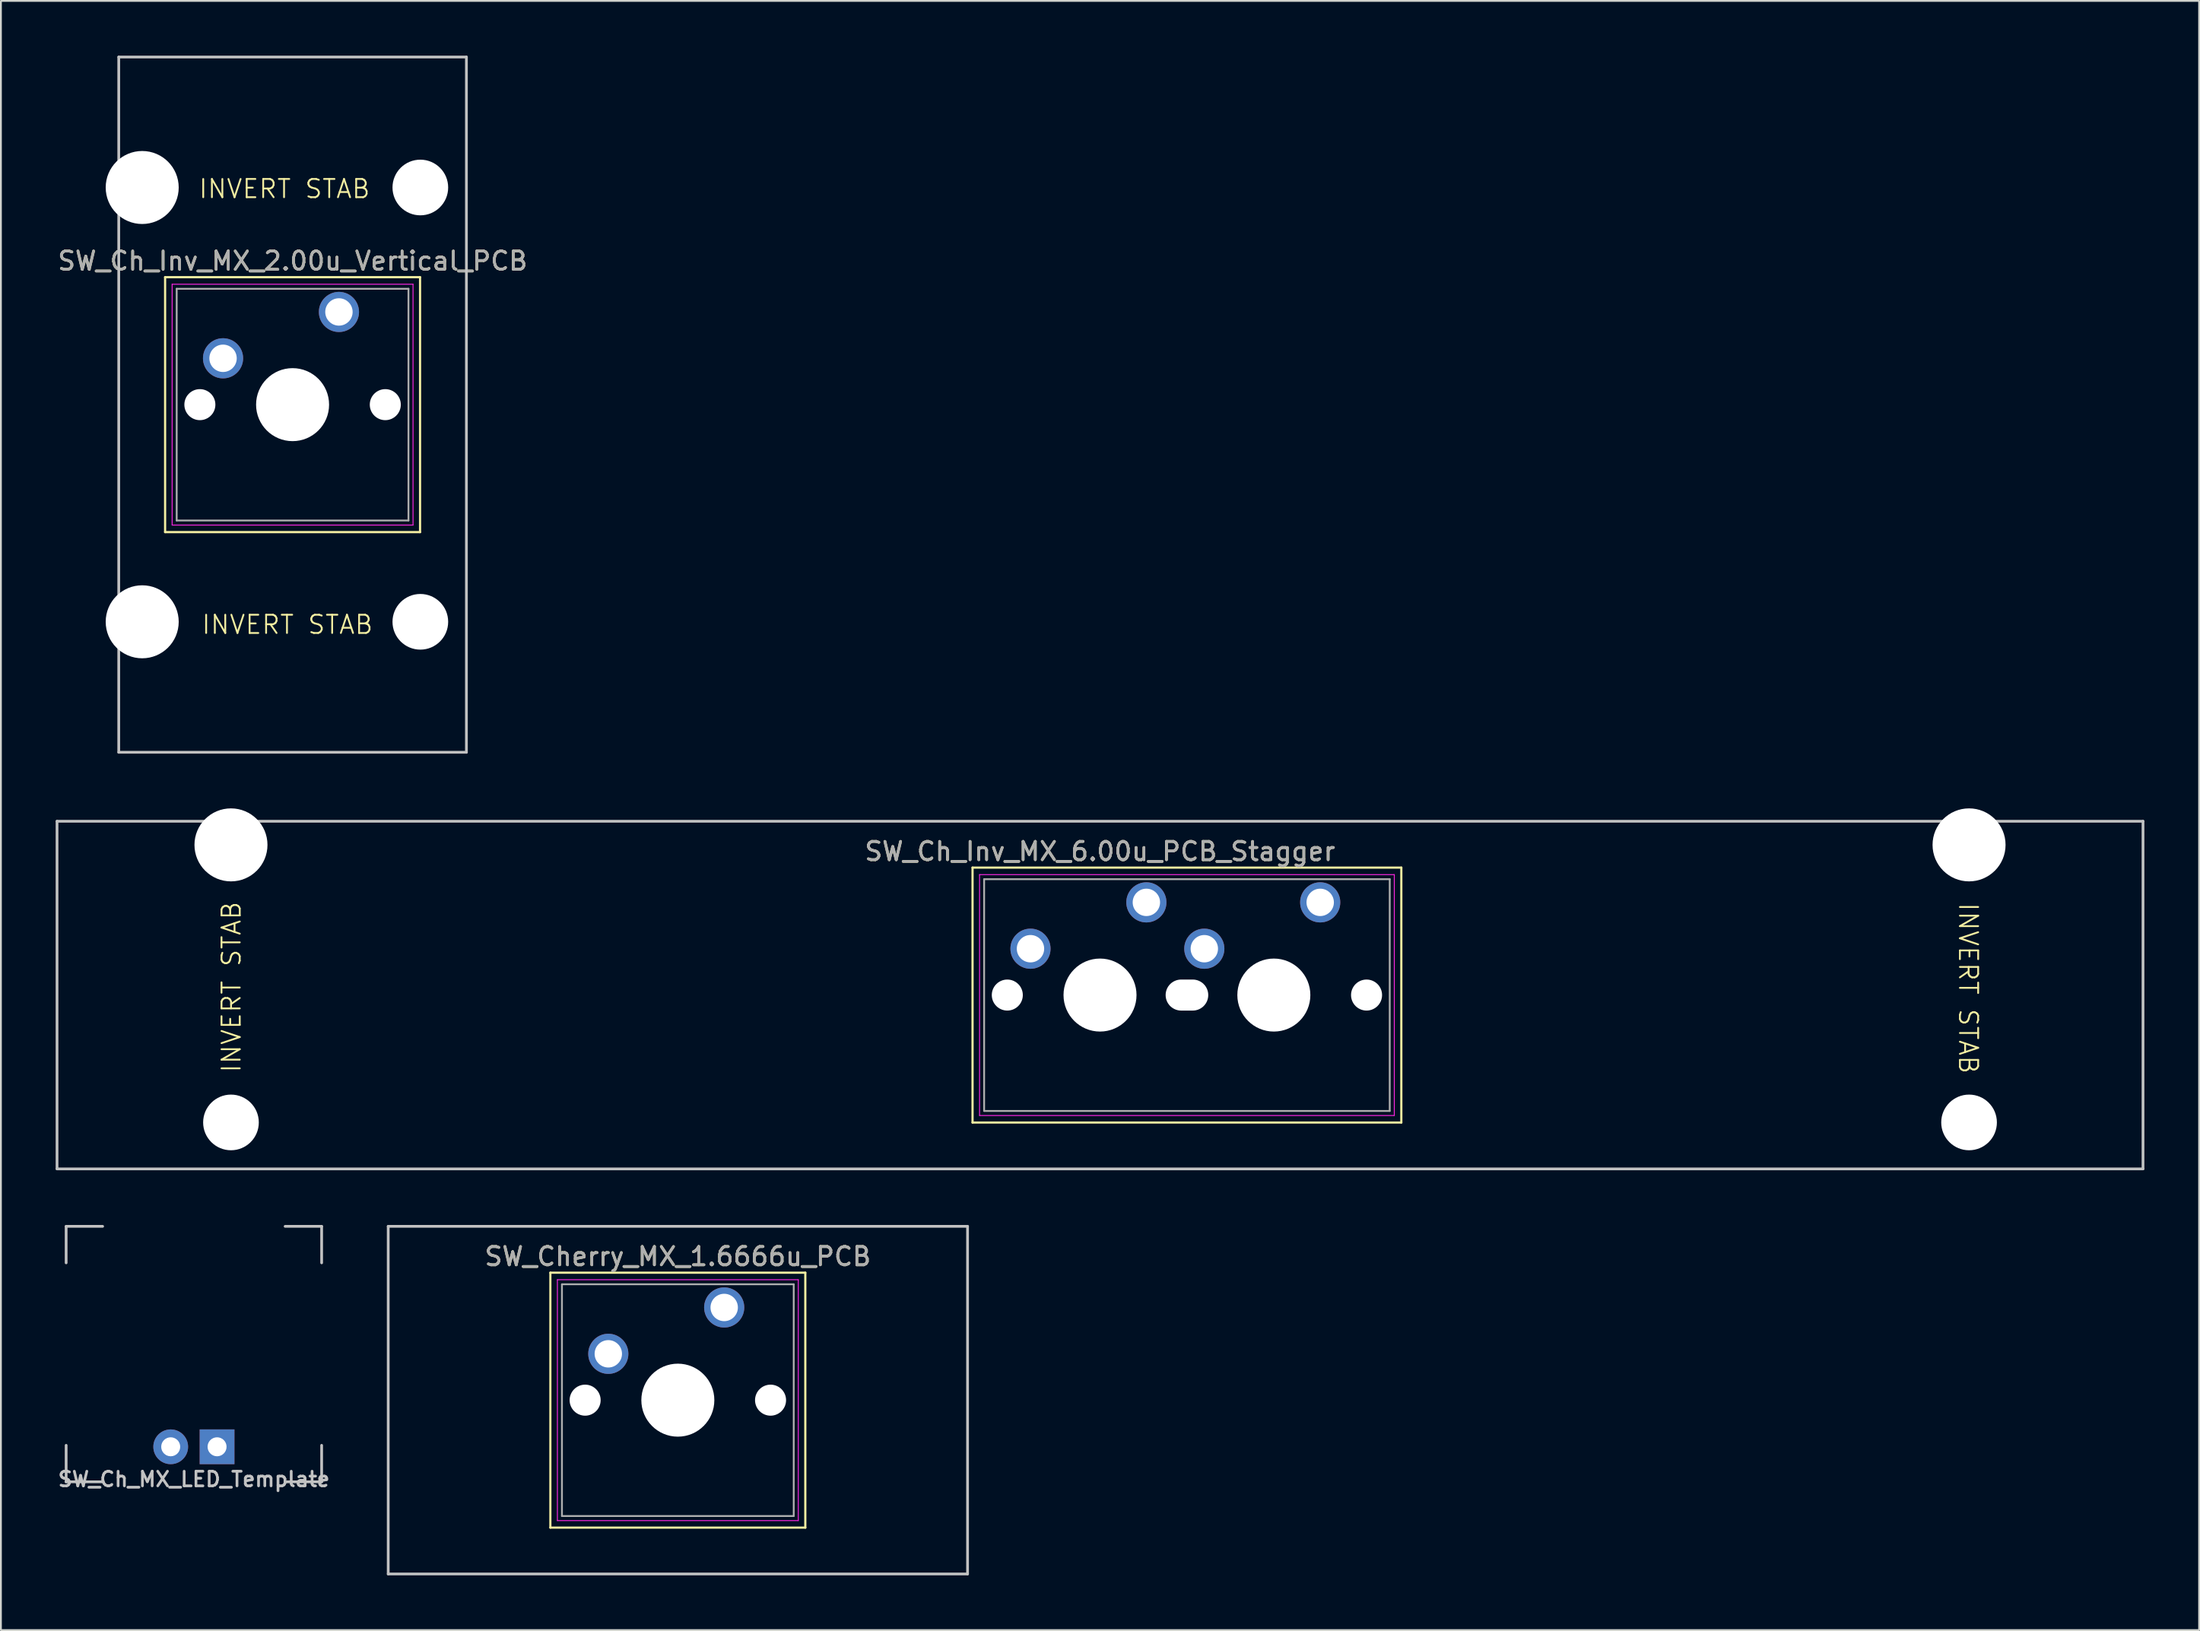
<source format=kicad_pcb>
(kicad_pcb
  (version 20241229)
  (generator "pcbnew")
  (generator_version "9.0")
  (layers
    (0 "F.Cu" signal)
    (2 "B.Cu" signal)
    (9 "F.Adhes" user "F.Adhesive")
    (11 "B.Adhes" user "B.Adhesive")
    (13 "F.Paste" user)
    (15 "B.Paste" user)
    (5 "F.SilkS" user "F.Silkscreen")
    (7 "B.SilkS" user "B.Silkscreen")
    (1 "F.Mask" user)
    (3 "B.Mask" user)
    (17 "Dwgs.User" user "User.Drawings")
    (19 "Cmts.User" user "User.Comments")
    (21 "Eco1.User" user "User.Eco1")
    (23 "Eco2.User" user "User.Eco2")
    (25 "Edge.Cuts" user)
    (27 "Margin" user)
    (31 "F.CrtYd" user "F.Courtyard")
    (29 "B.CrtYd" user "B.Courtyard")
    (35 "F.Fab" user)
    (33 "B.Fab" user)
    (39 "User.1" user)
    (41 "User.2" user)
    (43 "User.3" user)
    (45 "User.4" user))
  (footprint "SW_Ch_Inv_MX_6.00u_PCB_Stagger"
    (layer "F.Cu")
    (at 59.765 46.4)
    (property "Reference" "SW_Ch_Inv_MX_6.00u_PCB_Stagger" (at -2.54 -2.794 0) (layer "F.SilkS") (effects (font (size 1 1) (thickness 0.15))))
    (attr through_hole)
    (fp_line (start -9.525 -1.905) (end 13.97 -1.905) (stroke (width 0.12) (type solid)) (layer "F.SilkS"))
    (fp_line (start -9.525 12.065) (end -9.525 -1.905) (stroke (width 0.12) (type solid)) (layer "F.SilkS"))
    (fp_line (start 13.97 -1.905) (end 13.97 12.065) (stroke (width 0.12) (type solid)) (layer "F.SilkS"))
    (fp_line (start 13.97 12.065) (end -9.525 12.065) (stroke (width 0.12) (type solid)) (layer "F.SilkS"))
    (fp_line (start -59.69 -4.445) (end 54.61 -4.445) (stroke (width 0.15) (type solid)) (layer "Dwgs.User"))
    (fp_line (start -59.69 14.605) (end -59.69 -4.445) (stroke (width 0.15) (type solid)) (layer "Dwgs.User"))
    (fp_line (start 54.61 -4.445) (end 54.61 14.605) (stroke (width 0.15) (type solid)) (layer "Dwgs.User"))
    (fp_line (start 54.61 14.605) (end -59.69 14.605) (stroke (width 0.15) (type solid)) (layer "Dwgs.User"))
    (fp_line (start -9.14 -1.52) (end 13.585 -1.52) (stroke (width 0.05) (type solid)) (layer "F.CrtYd"))
    (fp_line (start -9.14 11.68) (end -9.14 -1.52) (stroke (width 0.05) (type solid)) (layer "F.CrtYd"))
    (fp_line (start 13.585 -1.52) (end 13.585 11.68) (stroke (width 0.05) (type solid)) (layer "F.CrtYd"))
    (fp_line (start 13.585 11.68) (end -9.14 11.68) (stroke (width 0.05) (type solid)) (layer "F.CrtYd"))
    (fp_line (start -8.89 -1.27) (end 13.335 -1.27) (stroke (width 0.1) (type solid)) (layer "F.Fab"))
    (fp_line (start -8.89 11.43) (end -8.89 -1.27) (stroke (width 0.1) (type solid)) (layer "F.Fab"))
    (fp_line (start 13.335 -1.27) (end 13.335 11.43) (stroke (width 0.1) (type solid)) (layer "F.Fab"))
    (fp_line (start 13.335 11.43) (end -8.89 11.43) (stroke (width 0.1) (type solid)) (layer "F.Fab"))
    (fp_text user "INVERT STAB" (at -49.55 9.4 90) (unlocked yes) (layer "F.SilkS") (effects (font (size 1 1) (thickness 0.1)) (justify left bottom)))
    (fp_text user "INVERT STAB" (at 44.45 -0.05 270) (unlocked yes) (layer "F.SilkS") (effects (font (size 1 1) (thickness 0.1)) (justify left bottom)))
    (fp_text user "${REFERENCE}" (at -2.54 -2.794 0) (layer "F.Fab") (effects (font (size 1 1) (thickness 0.15))))
    (pad "" np_thru_hole circle (at -50.159 -3.15) (size 4 4) (drill 4) (layers "*.Cu" "*.Mask"))
    (pad "" np_thru_hole circle (at -50.159 12.06) (size 3.05 3.05) (drill 3.05) (layers "*.Cu" "*.Mask"))
    (pad "" np_thru_hole circle (at -7.62 5.08) (size 1.7 1.7) (drill 1.7) (layers "*.Cu" "*.Mask"))
    (pad "" np_thru_hole circle (at -2.54 5.08) (size 4 4) (drill 4) (layers "*.Cu" "*.Mask"))
    (pad "" np_thru_hole oval (at 2.223 5.08) (size 2.335 1.7) (drill oval 2.335 1.7) (layers "*.Cu" "*.Mask"))
    (pad "" np_thru_hole circle (at 6.985 5.08) (size 4 4) (drill 4) (layers "*.Cu" "*.Mask"))
    (pad "" np_thru_hole circle (at 12.065 5.08) (size 1.7 1.7) (drill 1.7) (layers "*.Cu" "*.Mask"))
    (pad "" np_thru_hole circle (at 45.079 -3.15) (size 4 4) (drill 4) (layers "*.Cu" "*.Mask"))
    (pad "" np_thru_hole circle (at 45.079 12.06) (size 3.05 3.05) (drill 3.05) (layers "*.Cu" "*.Mask"))
    (pad "1" thru_hole circle (at 0 0) (size 2.2 2.2) (drill 1.5) (layers "*.Cu" "*.Mask"))
    (pad "1" thru_hole circle (at 9.525 0) (size 2.2 2.2) (drill 1.5) (layers "*.Cu" "*.Mask"))
    (pad "2" thru_hole circle (at -6.35 2.54) (size 2.2 2.2) (drill 1.5) (layers "*.Cu" "*.Mask"))
    (pad "2" thru_hole circle (at 3.175 2.54) (size 2.2 2.2) (drill 1.5) (layers "*.Cu" "*.Mask")))
  (footprint "SW_Ch_MX_LED_Template"
    (layer "F.Cu")
    (at 10.114 66.075)
    (property "Reference" "SW_Ch_MX_LED_Template" (at -2.54 11.938 0) (layer "Dwgs.User") (effects (font (size 0.8 0.8) (thickness 0.15))))
    (attr through_hole)
    (fp_line (start -9.54 -1.92) (end -9.54 0.08) (stroke (width 0.15) (type solid)) (layer "Dwgs.User"))
    (fp_line (start -9.54 10.08) (end -9.54 12.08) (stroke (width 0.15) (type solid)) (layer "Dwgs.User"))
    (fp_line (start -9.54 12.08) (end -7.54 12.08) (stroke (width 0.15) (type solid)) (layer "Dwgs.User"))
    (fp_line (start -7.54 -1.92) (end -9.54 -1.92) (stroke (width 0.15) (type solid)) (layer "Dwgs.User"))
    (fp_line (start 2.46 -1.92) (end 4.46 -1.92) (stroke (width 0.15) (type solid)) (layer "Dwgs.User"))
    (fp_line (start 2.46 12.08) (end 4.46 12.08) (stroke (width 0.15) (type solid)) (layer "Dwgs.User"))
    (fp_line (start 4.46 -1.92) (end 4.46 0.08) (stroke (width 0.15) (type solid)) (layer "Dwgs.User"))
    (fp_line (start 4.46 12.08) (end 4.46 10.08) (stroke (width 0.15) (type solid)) (layer "Dwgs.User"))
    (pad "1" thru_hole rect (at -1.27 10.16) (size 1.905 1.905) (drill 1.04) (layers "*.Cu" "B.Mask"))
    (pad "2" thru_hole circle (at -3.81 10.16) (size 1.905 1.905) (drill 1.04) (layers "*.Cu" "B.Mask")))
  (footprint "SW_Ch_Inv_MX_2.00u_Vertical_PCB"
    (layer "F.Cu")
    (at 15.522 14.045)
    (property "Reference" "SW_Ch_Inv_MX_2.00u_Vertical_PCB" (at -2.54 -2.794 0) (layer "F.SilkS") (effects (font (size 1 1) (thickness 0.15))))
    (attr through_hole)
    (fp_line (start -9.525 -1.905) (end 4.445 -1.905) (stroke (width 0.12) (type solid)) (layer "F.SilkS"))
    (fp_line (start -9.525 12.065) (end -9.525 -1.905) (stroke (width 0.12) (type solid)) (layer "F.SilkS"))
    (fp_line (start 4.445 -1.905) (end 4.445 12.065) (stroke (width 0.12) (type solid)) (layer "F.SilkS"))
    (fp_line (start 4.445 12.065) (end -9.525 12.065) (stroke (width 0.12) (type solid)) (layer "F.SilkS"))
    (fp_line (start -12.065 -13.97) (end 6.985 -13.97) (stroke (width 0.15) (type solid)) (layer "Dwgs.User"))
    (fp_line (start -12.065 24.13) (end -12.065 -13.97) (stroke (width 0.15) (type solid)) (layer "Dwgs.User"))
    (fp_line (start 6.985 -13.97) (end 6.985 24.13) (stroke (width 0.15) (type solid)) (layer "Dwgs.User"))
    (fp_line (start 6.985 24.13) (end -12.065 24.13) (stroke (width 0.15) (type solid)) (layer "Dwgs.User"))
    (fp_line (start -9.14 -1.52) (end 4.06 -1.52) (stroke (width 0.05) (type solid)) (layer "F.CrtYd"))
    (fp_line (start -9.14 11.68) (end -9.14 -1.52) (stroke (width 0.05) (type solid)) (layer "F.CrtYd"))
    (fp_line (start 4.06 -1.52) (end 4.06 11.68) (stroke (width 0.05) (type solid)) (layer "F.CrtYd"))
    (fp_line (start 4.06 11.68) (end -9.14 11.68) (stroke (width 0.05) (type solid)) (layer "F.CrtYd"))
    (fp_line (start -8.89 -1.27) (end 3.81 -1.27) (stroke (width 0.1) (type solid)) (layer "F.Fab"))
    (fp_line (start -8.89 11.43) (end -8.89 -1.27) (stroke (width 0.1) (type solid)) (layer "F.Fab"))
    (fp_line (start 3.81 -1.27) (end 3.81 11.43) (stroke (width 0.1) (type solid)) (layer "F.Fab"))
    (fp_line (start 3.81 11.43) (end -8.89 11.43) (stroke (width 0.1) (type solid)) (layer "F.Fab"))
    (fp_text user "INVERT STAB" (at -7.58 17.72 0) (unlocked yes) (layer "F.SilkS") (effects (font (size 1 1) (thickness 0.1)) (justify left bottom)))
    (fp_text user "INVERT STAB" (at -7.74 -6.16 0) (unlocked yes) (layer "F.SilkS") (effects (font (size 1 1) (thickness 0.1)) (justify left bottom)))
    (fp_text user "${REFERENCE}" (at -2.54 -2.794 0) (layer "F.Fab") (effects (font (size 1 1) (thickness 0.15))))
    (pad "" np_thru_hole circle (at -10.78 -6.82) (size 4 4) (drill 4) (layers "*.Cu" "*.Mask"))
    (pad "" np_thru_hole circle (at -10.78 16.98) (size 4 4) (drill 4) (layers "*.Cu" "*.Mask"))
    (pad "" np_thru_hole circle (at -7.62 5.08) (size 1.7 1.7) (drill 1.7) (layers "*.Cu" "*.Mask"))
    (pad "" np_thru_hole circle (at -2.54 5.08) (size 4 4) (drill 4) (layers "*.Cu" "*.Mask"))
    (pad "" np_thru_hole circle (at 2.54 5.08) (size 1.7 1.7) (drill 1.7) (layers "*.Cu" "*.Mask"))
    (pad "" np_thru_hole circle (at 4.46 -6.82) (size 3.05 3.05) (drill 3.05) (layers "*.Cu" "*.Mask"))
    (pad "" np_thru_hole circle (at 4.46 16.98) (size 3.05 3.05) (drill 3.05) (layers "*.Cu" "*.Mask"))
    (pad "1" thru_hole circle (at 0 0) (size 2.2 2.2) (drill 1.5) (layers "*.Cu" "*.Mask"))
    (pad "2" thru_hole circle (at -6.35 2.54) (size 2.2 2.2) (drill 1.5) (layers "*.Cu" "*.Mask")))
  (footprint "SW_Cherry_MX_1.6666u_PCB"
    (layer "F.Cu")
    (at 36.632 68.6)
    (property "Reference" "SW_Cherry_MX_1.6666u_PCB" (at -2.54 -2.794 0) (layer "F.SilkS") (effects (font (size 1 1) (thickness 0.15))))
    (attr through_hole)
    (fp_line (start -9.525 -1.905) (end 4.445 -1.905) (stroke (width 0.12) (type solid)) (layer "F.SilkS"))
    (fp_line (start -9.525 12.065) (end -9.525 -1.905) (stroke (width 0.12) (type solid)) (layer "F.SilkS"))
    (fp_line (start 4.445 -1.905) (end 4.445 12.065) (stroke (width 0.12) (type solid)) (layer "F.SilkS"))
    (fp_line (start 4.445 12.065) (end -9.525 12.065) (stroke (width 0.12) (type solid)) (layer "F.SilkS"))
    (fp_line (start -18.41 -4.445) (end 13.335 -4.445) (stroke (width 0.15) (type solid)) (layer "Dwgs.User"))
    (fp_line (start -18.41 14.605) (end -18.41 -4.445) (stroke (width 0.15) (type solid)) (layer "Dwgs.User"))
    (fp_line (start 13.335 -4.445) (end 13.335 14.605) (stroke (width 0.15) (type solid)) (layer "Dwgs.User"))
    (fp_line (start 13.335 14.605) (end -18.41 14.605) (stroke (width 0.15) (type solid)) (layer "Dwgs.User"))
    (fp_line (start -9.14 -1.52) (end 4.06 -1.52) (stroke (width 0.05) (type solid)) (layer "F.CrtYd"))
    (fp_line (start -9.14 11.68) (end -9.14 -1.52) (stroke (width 0.05) (type solid)) (layer "F.CrtYd"))
    (fp_line (start 4.06 -1.52) (end 4.06 11.68) (stroke (width 0.05) (type solid)) (layer "F.CrtYd"))
    (fp_line (start 4.06 11.68) (end -9.14 11.68) (stroke (width 0.05) (type solid)) (layer "F.CrtYd"))
    (fp_line (start -8.89 -1.27) (end 3.81 -1.27) (stroke (width 0.1) (type solid)) (layer "F.Fab"))
    (fp_line (start -8.89 11.43) (end -8.89 -1.27) (stroke (width 0.1) (type solid)) (layer "F.Fab"))
    (fp_line (start 3.81 -1.27) (end 3.81 11.43) (stroke (width 0.1) (type solid)) (layer "F.Fab"))
    (fp_line (start 3.81 11.43) (end -8.89 11.43) (stroke (width 0.1) (type solid)) (layer "F.Fab"))
    (fp_text user "${REFERENCE}" (at -2.54 -2.794 0) (layer "F.Fab") (effects (font (size 1 1) (thickness 0.15))))
    (pad "" np_thru_hole circle (at -7.62 5.08) (size 1.7 1.7) (drill 1.7) (layers "*.Cu" "*.Mask"))
    (pad "" np_thru_hole circle (at -2.54 5.08) (size 4 4) (drill 4) (layers "*.Cu" "*.Mask"))
    (pad "" np_thru_hole circle (at 2.54 5.08) (size 1.7 1.7) (drill 1.7) (layers "*.Cu" "*.Mask"))
    (pad "1" thru_hole circle (at 0 0) (size 2.2 2.2) (drill 1.5) (layers "*.Cu" "*.Mask"))
    (pad "2" thru_hole circle (at -6.35 2.54) (size 2.2 2.2) (drill 1.5) (layers "*.Cu" "*.Mask")))
  (gr_rect
    (start -3 -3)
    (end 117.45 86.28)
    (stroke (width 0.1) (type default))
    (fill no)
    (layer "Edge.Cuts")))
</source>
